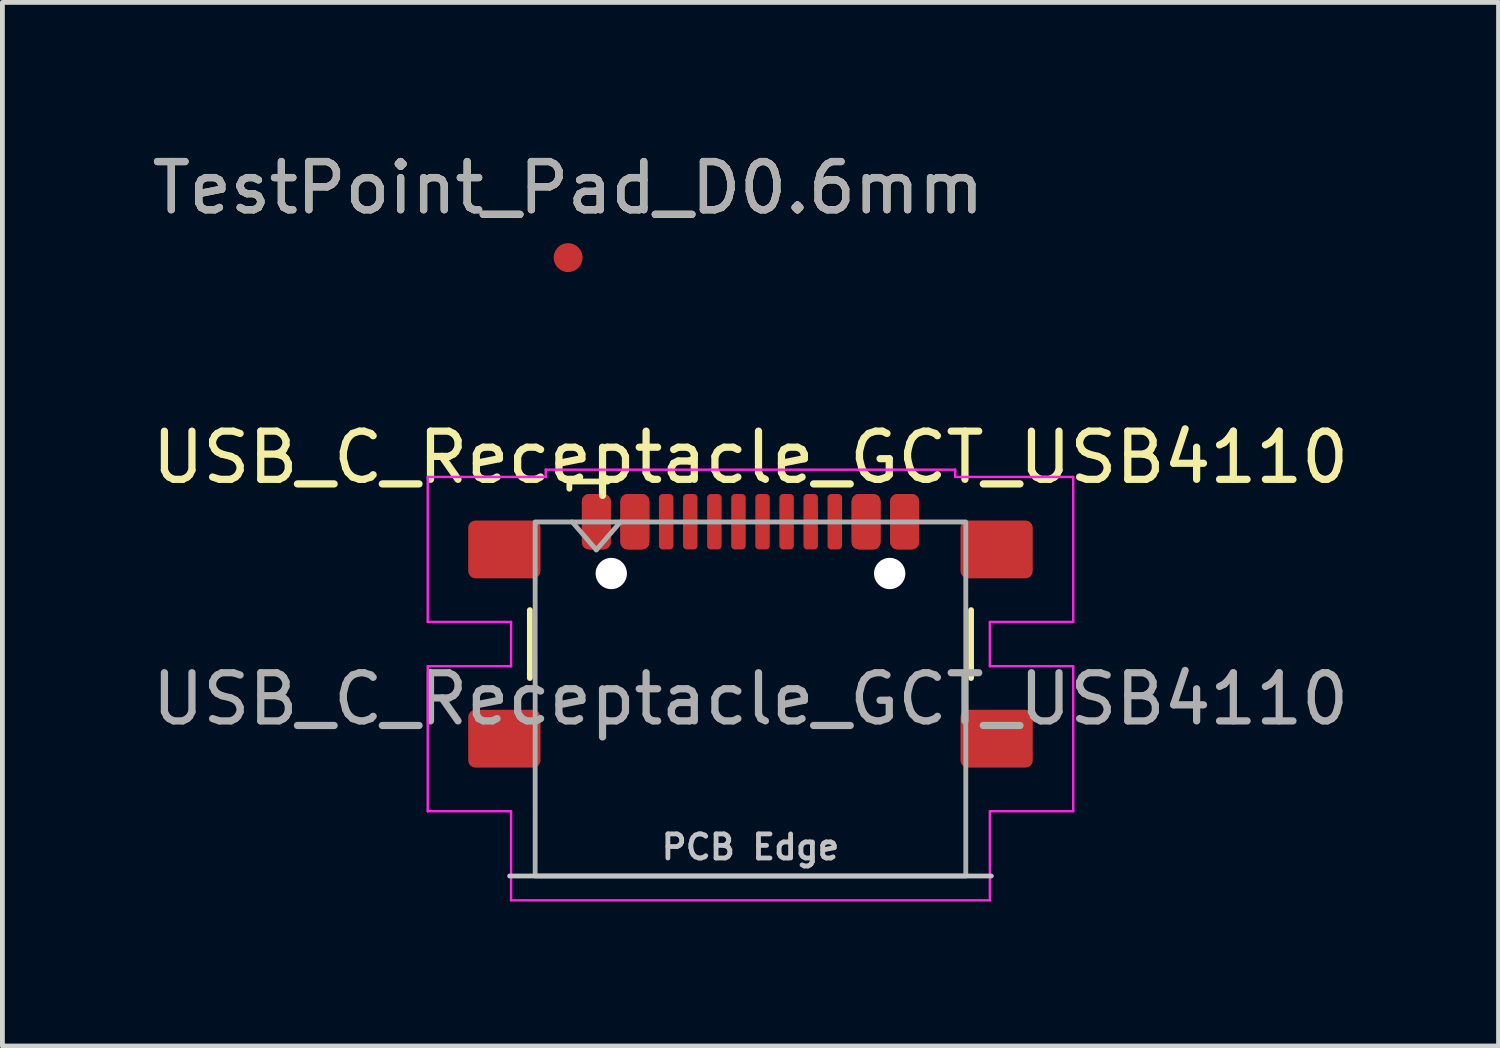
<source format=kicad_pcb>
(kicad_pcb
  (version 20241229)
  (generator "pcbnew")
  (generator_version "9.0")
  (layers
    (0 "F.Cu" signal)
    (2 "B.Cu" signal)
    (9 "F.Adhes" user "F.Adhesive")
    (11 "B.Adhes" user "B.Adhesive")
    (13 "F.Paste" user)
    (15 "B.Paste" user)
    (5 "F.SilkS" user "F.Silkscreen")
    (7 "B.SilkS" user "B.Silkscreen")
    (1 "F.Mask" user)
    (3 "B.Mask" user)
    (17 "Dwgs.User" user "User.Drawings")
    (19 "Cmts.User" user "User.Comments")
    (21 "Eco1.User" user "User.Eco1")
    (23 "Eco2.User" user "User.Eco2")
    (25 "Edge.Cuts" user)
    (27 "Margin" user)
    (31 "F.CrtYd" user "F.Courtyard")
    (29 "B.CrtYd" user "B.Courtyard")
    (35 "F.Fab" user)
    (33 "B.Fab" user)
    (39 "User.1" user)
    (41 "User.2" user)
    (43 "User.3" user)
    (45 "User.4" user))
  (footprint "USB_C_Receptacle_GCT_USB4110"
    (layer "F.Cu")
    (at 12.53 11.461)
    (property "Reference" "USB_C_Receptacle_GCT_USB4110" (at 0 -5.015 0) (unlocked yes) (layer "F.SilkS") (effects (font (size 1 1) (thickness 0.15))))
    (attr smd)
    (fp_line (start -4.58 -0.435) (end -4.58 -1.845) (stroke (width 0.12) (type default)) (layer "F.SilkS"))
    (fp_line (start -3.76 -4.515) (end -3.76 -4.365) (stroke (width 0.12) (type default)) (layer "F.SilkS"))
    (fp_line (start -2.96 -4.515) (end -3.76 -4.515) (stroke (width 0.12) (type default)) (layer "F.SilkS"))
    (fp_line (start 4.58 -0.435) (end 4.58 -1.845) (stroke (width 0.12) (type default)) (layer "F.SilkS"))
    (fp_line (start -5 3.675) (end 5 3.675) (stroke (width 0.1) (type default)) (layer "Dwgs.User"))
    (fp_line (start -6.7 -4.61) (end -4.25 -4.61) (stroke (width 0.05) (type default)) (layer "F.CrtYd"))
    (fp_line (start -6.7 -1.6) (end -6.7 -4.61) (stroke (width 0.05) (type default)) (layer "F.CrtYd"))
    (fp_line (start -6.7 -0.68) (end -4.97 -0.68) (stroke (width 0.05) (type default)) (layer "F.CrtYd"))
    (fp_line (start -6.7 2.33) (end -6.7 -0.68) (stroke (width 0.05) (type default)) (layer "F.CrtYd"))
    (fp_line (start -4.97 -1.6) (end -6.7 -1.6) (stroke (width 0.05) (type default)) (layer "F.CrtYd"))
    (fp_line (start -4.97 -0.68) (end -4.97 -1.6) (stroke (width 0.05) (type default)) (layer "F.CrtYd"))
    (fp_line (start -4.97 2.33) (end -6.7 2.33) (stroke (width 0.05) (type default)) (layer "F.CrtYd"))
    (fp_line (start -4.97 4.18) (end -4.97 2.33) (stroke (width 0.05) (type default)) (layer "F.CrtYd"))
    (fp_line (start -4.25 -4.76) (end 4.25 -4.76) (stroke (width 0.05) (type default)) (layer "F.CrtYd"))
    (fp_line (start -4.25 -4.61) (end -4.25 -4.76) (stroke (width 0.05) (type default)) (layer "F.CrtYd"))
    (fp_line (start 4.25 -4.76) (end 4.25 -4.61) (stroke (width 0.05) (type default)) (layer "F.CrtYd"))
    (fp_line (start 4.25 -4.61) (end 6.7 -4.61) (stroke (width 0.05) (type default)) (layer "F.CrtYd"))
    (fp_line (start 4.97 -1.6) (end 4.97 -0.68) (stroke (width 0.05) (type default)) (layer "F.CrtYd"))
    (fp_line (start 4.97 -0.68) (end 6.7 -0.68) (stroke (width 0.05) (type default)) (layer "F.CrtYd"))
    (fp_line (start 4.97 2.33) (end 4.97 4.18) (stroke (width 0.05) (type default)) (layer "F.CrtYd"))
    (fp_line (start 4.97 4.18) (end -4.97 4.18) (stroke (width 0.05) (type default)) (layer "F.CrtYd"))
    (fp_line (start 6.7 -4.61) (end 6.7 -1.6) (stroke (width 0.05) (type default)) (layer "F.CrtYd"))
    (fp_line (start 6.7 -1.6) (end 4.97 -1.6) (stroke (width 0.05) (type default)) (layer "F.CrtYd"))
    (fp_line (start 6.7 -0.68) (end 6.7 2.33) (stroke (width 0.05) (type default)) (layer "F.CrtYd"))
    (fp_line (start 6.7 2.33) (end 4.97 2.33) (stroke (width 0.05) (type default)) (layer "F.CrtYd"))
    (fp_line (start -3.7 -3.675) (end -3.2 -3.095) (stroke (width 0.1) (type default)) (layer "F.Fab"))
    (fp_line (start -3.2 -3.095) (end -2.7 -3.675) (stroke (width 0.1) (type default)) (layer "F.Fab"))
    (fp_rect (start -4.47 -3.675) (end 4.47 3.675) (stroke (width 0.1) (type default)) (fill no) (layer "F.Fab"))
    (fp_text user "PCB Edge" (at 0 3.075 0) (unlocked yes) (layer "Dwgs.User") (effects (font (size 0.5 0.5) (thickness 0.1) (bold yes))))
    (fp_text user "${REFERENCE}" (at 0 0 0) (unlocked yes) (layer "F.Fab") (effects (font (size 1 1) (thickness 0.15))))
    (pad "" np_thru_hole circle (at -2.89 -2.605) (size 0.65 0.65) (drill 0.65) (layers "*.Cu" "*.Mask"))
    (pad "" np_thru_hole circle (at 2.89 -2.605) (size 0.65 0.65) (drill 0.65) (layers "*.Cu" "*.Mask"))
    (pad "A1" smd roundrect (at -3.2 -3.68) (size 0.6 1.15) (layers "F.Cu" "F.Mask" "F.Paste") (roundrect_rratio 0.25))
    (pad "A4" smd roundrect (at -2.4 -3.68) (size 0.6 1.15) (layers "F.Cu" "F.Mask" "F.Paste") (roundrect_rratio 0.25))
    (pad "A5" smd roundrect (at -1.25 -3.68) (size 0.3 1.15) (layers "F.Cu" "F.Mask" "F.Paste") (roundrect_rratio 0.25))
    (pad "A6" smd roundrect (at -0.25 -3.68) (size 0.3 1.15) (layers "F.Cu" "F.Mask" "F.Paste") (roundrect_rratio 0.25))
    (pad "A7" smd roundrect (at 0.25 -3.68) (size 0.3 1.15) (layers "F.Cu" "F.Mask" "F.Paste") (roundrect_rratio 0.25))
    (pad "A8" smd roundrect (at 1.25 -3.68) (size 0.3 1.15) (layers "F.Cu" "F.Mask" "F.Paste") (roundrect_rratio 0.25))
    (pad "A9" smd roundrect (at 2.4 -3.68) (size 0.6 1.15) (layers "F.Cu" "F.Mask" "F.Paste") (roundrect_rratio 0.25))
    (pad "A12" smd roundrect (at 3.2 -3.68) (size 0.6 1.15) (layers "F.Cu" "F.Mask" "F.Paste") (roundrect_rratio 0.25))
    (pad "B1" smd roundrect (at 3.2 -3.68) (size 0.6 1.15) (layers "F.Cu" "F.Mask" "F.Paste") (roundrect_rratio 0.25))
    (pad "B4" smd roundrect (at 2.4 -3.68) (size 0.6 1.15) (layers "F.Cu" "F.Mask" "F.Paste") (roundrect_rratio 0.25))
    (pad "B5" smd roundrect (at 1.75 -3.68) (size 0.3 1.15) (layers "F.Cu" "F.Mask" "F.Paste") (roundrect_rratio 0.25))
    (pad "B6" smd roundrect (at 0.75 -3.68) (size 0.3 1.15) (layers "F.Cu" "F.Mask" "F.Paste") (roundrect_rratio 0.25))
    (pad "B7" smd roundrect (at -0.75 -3.68) (size 0.3 1.15) (layers "F.Cu" "F.Mask" "F.Paste") (roundrect_rratio 0.25))
    (pad "B8" smd roundrect (at -1.75 -3.68) (size 0.3 1.15) (layers "F.Cu" "F.Mask" "F.Paste") (roundrect_rratio 0.25))
    (pad "B9" smd roundrect (at -2.4 -3.68) (size 0.6 1.15) (layers "F.Cu" "F.Mask" "F.Paste") (roundrect_rratio 0.25))
    (pad "B12" smd roundrect (at -3.2 -3.68) (size 0.6 1.15) (layers "F.Cu" "F.Mask" "F.Paste") (roundrect_rratio 0.25))
    (pad "S1" smd roundrect (at -5.11 -3.105) (size 1.5 1.2) (layers "F.Cu" "F.Mask" "F.Paste") (roundrect_rratio 0.125))
    (pad "S1" smd roundrect (at -5.11 0.825) (size 1.5 1.2) (layers "F.Cu" "F.Mask" "F.Paste") (roundrect_rratio 0.125))
    (pad "S1" smd roundrect (at 5.11 -3.105) (size 1.5 1.2) (layers "F.Cu" "F.Mask" "F.Paste") (roundrect_rratio 0.125))
    (pad "S1" smd roundrect (at 5.11 0.825) (size 1.5 1.2) (layers "F.Cu" "F.Mask" "F.Paste") (roundrect_rratio 0.125)))
  (footprint "TestPoint_Pad_D0.6mm"
    (layer "F.Cu")
    (at 8.744 2.298)
    (property "Reference" "TestPoint_Pad_D0.6mm" (at 0 -1.448 0) (layer "F.SilkS") (effects (font (size 1 1) (thickness 0.15))))
    (attr exclude_from_pos_files exclude_from_bom)
    (fp_text user "${REFERENCE}" (at 0 -1.45 0) (layer "F.Fab") (effects (font (size 1 1) (thickness 0.15))))
    (pad "1" smd circle (at 0 0) (size 0.6 0.6) (layers "F.Cu" "F.Mask")))
  (gr_rect
    (start -3 -3)
    (end 28.06 18.666)
    (stroke (width 0.1) (type default))
    (fill no)
    (layer "Edge.Cuts")))
</source>
